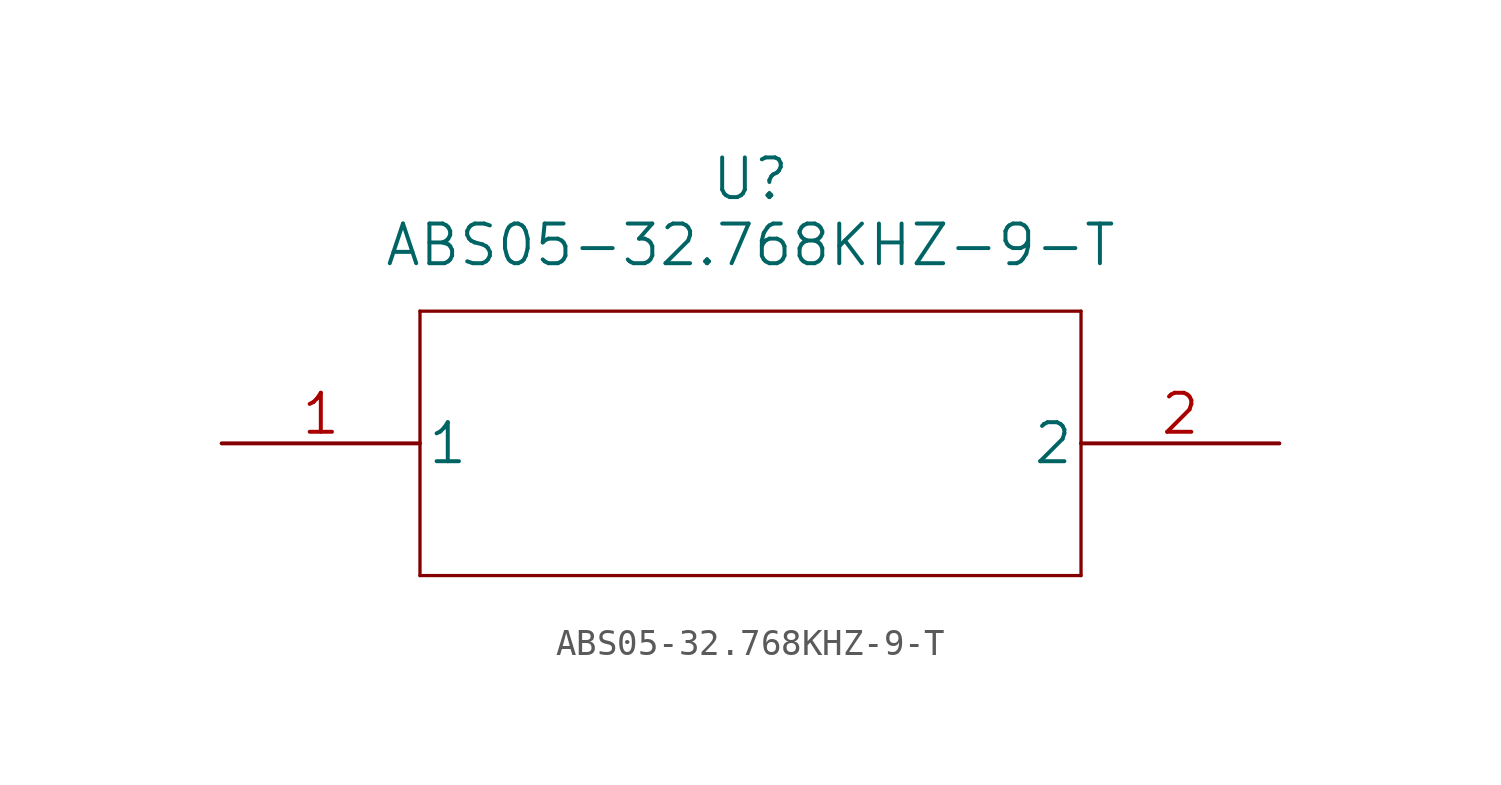
<source format=kicad_sym>
(kicad_symbol_lib
  (version 20211014)
  (generator kicad_symbol_editor)
  (symbol "ABS05-32.768KHZ-9-T"
    (pin_names
      (offset 0.254))
    (property "Reference" "U"
      (at 20.32 10.16 0)
      (effects (font (size 1.524 1.524))))
    (property "Value" "ABS05-32.768KHZ-9-T"
      (at 20.32 7.62 0)
      (effects (font (size 1.524 1.524))))
    (property "Datasheet" ""
      (at 0 0 0)
      (effects (font (size 1.524 1.524))))
    (property "ki_locked" ""
      (at 0 0 0)
      (effects (font (size 1.27 1.27))))
    (symbol "ABS05-32.768KHZ-9-T_1_1"
      (polyline (pts (xy 7.62 -5.08) (xy 33.02 -5.08)) (stroke (width 0.127) (type default) (color 0 0 0 0)) (fill (type none)))
      (polyline (pts (xy 7.62 5.08) (xy 7.62 -5.08)) (stroke (width 0.127) (type default) (color 0 0 0 0)) (fill (type none)))
      (polyline (pts (xy 33.02 -5.08) (xy 33.02 5.08)) (stroke (width 0.127) (type default) (color 0 0 0 0)) (fill (type none)))
      (polyline (pts (xy 33.02 5.08) (xy 7.62 5.08)) (stroke (width 0.127) (type default) (color 0 0 0 0)) (fill (type none)))
      (pin unspecified line (at 0 0 0) (length 7.62) (name "1" (effects (font (size 1.499 1.499)))) (number "1" (effects (font (size 1.499 1.499)))))
      (pin unspecified line (at 40.64 0 180) (length 7.62) (name "2" (effects (font (size 1.499 1.499)))) (number "2" (effects (font (size 1.499 1.499))))))))
</source>
